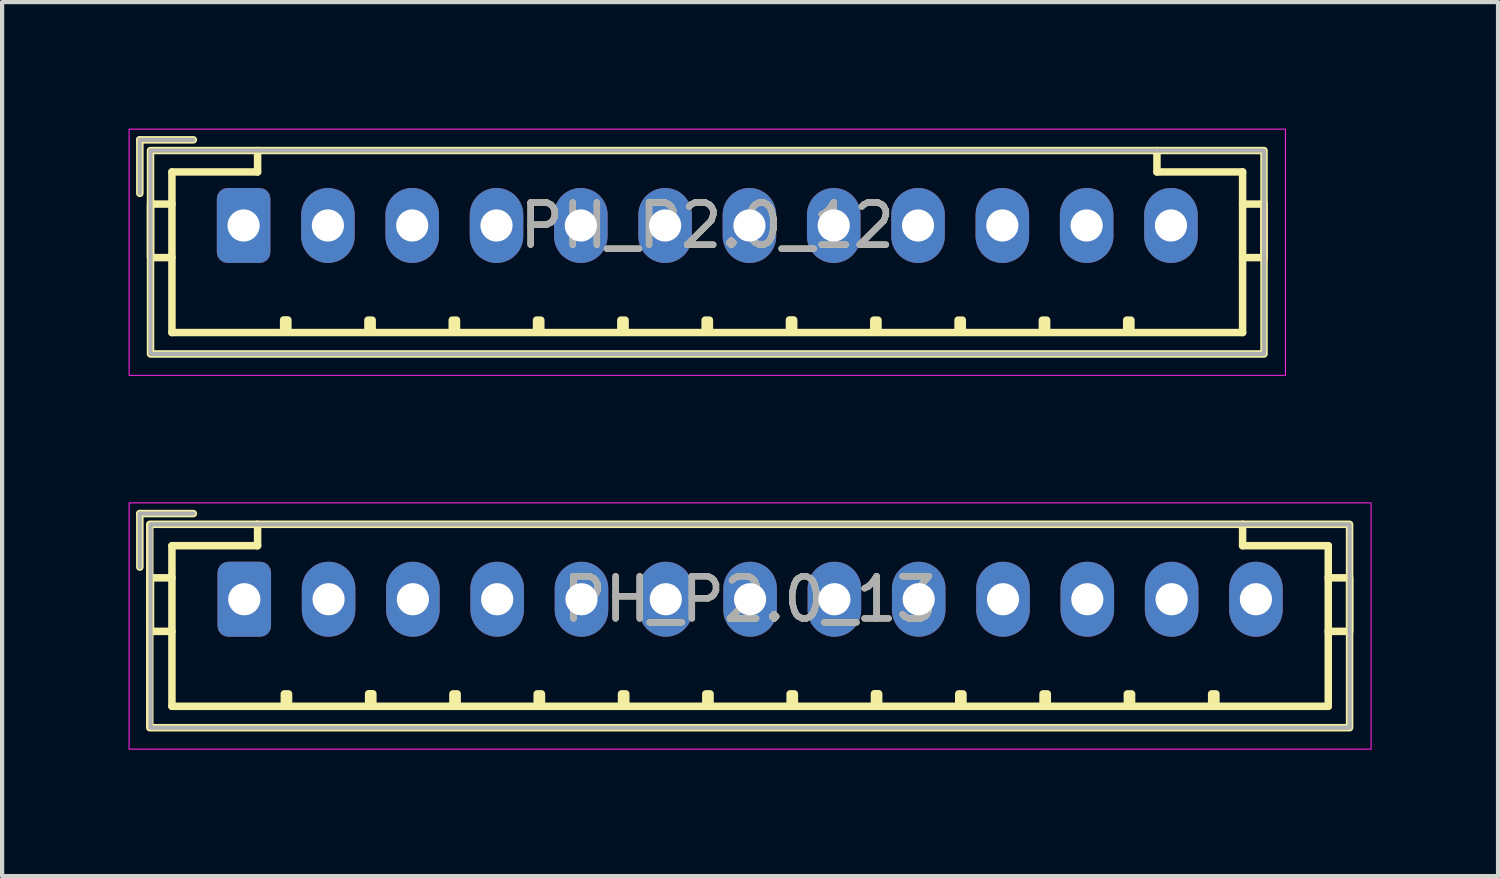
<source format=kicad_pcb>
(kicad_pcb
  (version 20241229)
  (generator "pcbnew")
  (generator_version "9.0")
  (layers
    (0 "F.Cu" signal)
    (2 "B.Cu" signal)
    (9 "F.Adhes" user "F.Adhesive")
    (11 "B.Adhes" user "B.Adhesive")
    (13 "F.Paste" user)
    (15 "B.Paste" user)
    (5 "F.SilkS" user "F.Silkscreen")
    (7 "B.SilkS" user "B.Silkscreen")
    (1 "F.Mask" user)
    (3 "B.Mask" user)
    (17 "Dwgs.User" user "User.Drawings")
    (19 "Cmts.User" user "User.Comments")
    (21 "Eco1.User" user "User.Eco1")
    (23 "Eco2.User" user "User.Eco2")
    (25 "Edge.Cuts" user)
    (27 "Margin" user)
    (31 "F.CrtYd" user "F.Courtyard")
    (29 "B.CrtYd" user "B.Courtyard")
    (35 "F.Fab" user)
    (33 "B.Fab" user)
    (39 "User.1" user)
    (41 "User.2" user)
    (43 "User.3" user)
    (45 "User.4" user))
  (footprint "PH_P2.0_12"
    (layer "F.Cu")
    (at 13.729 2.299)
    (property "Reference" "PH_P2.0_12" (at 0 0 0) (layer "F.SilkS") (effects (font (size 1 1) (thickness 0.15))))
    (fp_line (start -13.462 -2.032) (end -13.462 -0.762) (stroke (width 0.178) (type solid)) (layer "F.SilkS"))
    (fp_line (start -13.462 -2.032) (end -12.192 -2.032) (stroke (width 0.178) (type solid)) (layer "F.SilkS"))
    (fp_line (start -12.7 -1.27) (end -12.7 -0.508) (stroke (width 0.178) (type solid)) (layer "F.SilkS"))
    (fp_line (start -12.7 0.762) (end -12.7 2.54) (stroke (width 0.178) (type solid)) (layer "F.SilkS"))
    (fp_line (start -10.668 -1.778) (end -10.668 -1.27) (stroke (width 0.178) (type solid)) (layer "F.SilkS"))
    (fp_line (start -10.668 -1.27) (end -12.7 -1.27) (stroke (width 0.178) (type solid)) (layer "F.SilkS"))
    (fp_line (start 10.668 -1.778) (end 10.668 -1.27) (stroke (width 0.178) (type solid)) (layer "F.SilkS"))
    (fp_line (start 10.668 -1.27) (end 12.7 -1.27) (stroke (width 0.178) (type solid)) (layer "F.SilkS"))
    (fp_line (start 12.7 -1.27) (end 12.7 -0.508) (stroke (width 0.178) (type solid)) (layer "F.SilkS"))
    (fp_line (start 12.7 0.762) (end 12.7 2.54) (stroke (width 0.178) (type solid)) (layer "F.SilkS"))
    (fp_line (start 12.7 2.54) (end -12.7 2.54) (stroke (width 0.178) (type solid)) (layer "F.SilkS"))
    (fp_rect (start -13.208 -1.778) (end 13.208 3.048) (stroke (width 0.178) (type solid)) (fill no) (layer "F.SilkS"))
    (fp_rect (start -13.208 -0.508) (end -12.7 0.762) (stroke (width 0.178) (type solid)) (fill no) (layer "F.SilkS"))
    (fp_rect (start -10.05 2.242) (end -9.95 2.496) (stroke (width 0.178) (type solid)) (fill no) (layer "F.SilkS"))
    (fp_rect (start -8.05 2.246) (end -7.95 2.5) (stroke (width 0.178) (type solid)) (fill no) (layer "F.SilkS"))
    (fp_rect (start -6.05 2.246) (end -5.95 2.5) (stroke (width 0.178) (type solid)) (fill no) (layer "F.SilkS"))
    (fp_rect (start -4.05 2.246) (end -3.95 2.5) (stroke (width 0.178) (type solid)) (fill no) (layer "F.SilkS"))
    (fp_rect (start -2.05 2.246) (end -1.95 2.5) (stroke (width 0.178) (type solid)) (fill no) (layer "F.SilkS"))
    (fp_rect (start -0.05 2.246) (end 0.05 2.5) (stroke (width 0.178) (type solid)) (fill no) (layer "F.SilkS"))
    (fp_rect (start 1.95 2.242) (end 2.05 2.496) (stroke (width 0.178) (type solid)) (fill no) (layer "F.SilkS"))
    (fp_rect (start 3.95 2.246) (end 4.05 2.5) (stroke (width 0.178) (type solid)) (fill no) (layer "F.SilkS"))
    (fp_rect (start 5.95 2.246) (end 6.05 2.5) (stroke (width 0.178) (type solid)) (fill no) (layer "F.SilkS"))
    (fp_rect (start 7.95 2.246) (end 8.05 2.5) (stroke (width 0.178) (type solid)) (fill no) (layer "F.SilkS"))
    (fp_rect (start 9.95 2.246) (end 10.05 2.5) (stroke (width 0.178) (type solid)) (fill no) (layer "F.SilkS"))
    (fp_rect (start 12.7 -0.508) (end 13.208 0.762) (stroke (width 0.178) (type solid)) (fill no) (layer "F.SilkS"))
    (fp_rect (start -13.716 -2.286) (end 13.716 3.556) (stroke (width 0.025) (type solid)) (fill no) (layer "F.CrtYd"))
    (fp_line (start -13.462 -2.032) (end -13.462 -0.762) (stroke (width 0.1) (type solid)) (layer "F.Fab"))
    (fp_line (start -12.192 -2.032) (end -13.462 -2.032) (stroke (width 0.1) (type solid)) (layer "F.Fab"))
    (fp_rect (start -13.208 -1.778) (end 13.208 3.048) (stroke (width 0.1) (type solid)) (fill no) (layer "F.Fab"))
    (fp_text user "${REFERENCE}" (at 0 0 0) (layer "F.Fab") (effects (font (size 1 1) (thickness 0.15))))
    (pad "1" thru_hole roundrect (at -11 0) (size 1.27 1.778) (drill 0.762) (layers "*.Cu" "*.Mask") (roundrect_rratio 0.2))
    (pad "2" thru_hole oval (at -9 0) (size 1.27 1.778) (drill 0.762) (layers "*.Cu" "*.Mask"))
    (pad "3" thru_hole oval (at -7 0) (size 1.27 1.778) (drill 0.762) (layers "*.Cu" "*.Mask"))
    (pad "4" thru_hole oval (at -5 0) (size 1.27 1.778) (drill 0.762) (layers "*.Cu" "*.Mask"))
    (pad "5" thru_hole oval (at -3 0) (size 1.27 1.778) (drill 0.762) (layers "*.Cu" "*.Mask"))
    (pad "6" thru_hole oval (at -1 0) (size 1.27 1.778) (drill 0.762) (layers "*.Cu" "*.Mask"))
    (pad "7" thru_hole oval (at 1 0) (size 1.27 1.778) (drill 0.762) (layers "*.Cu" "*.Mask"))
    (pad "8" thru_hole oval (at 3 0) (size 1.27 1.778) (drill 0.762) (layers "*.Cu" "*.Mask"))
    (pad "9" thru_hole oval (at 5 0) (size 1.27 1.778) (drill 0.762) (layers "*.Cu" "*.Mask"))
    (pad "10" thru_hole oval (at 7 0) (size 1.27 1.778) (drill 0.762) (layers "*.Cu" "*.Mask"))
    (pad "11" thru_hole oval (at 9 0) (size 1.27 1.778) (drill 0.762) (layers "*.Cu" "*.Mask"))
    (pad "12" thru_hole oval (at 11 0) (size 1.27 1.778) (drill 0.762) (layers "*.Cu" "*.Mask")))
  (footprint "PH_P2.0_13"
    (layer "F.Cu")
    (at 14.745 11.166)
    (property "Reference" "PH_P2.0_13" (at 0 0 0) (layer "F.SilkS") (effects (font (size 1 1) (thickness 0.15))))
    (fp_line (start -14.478 -2.032) (end -14.478 -0.762) (stroke (width 0.178) (type solid)) (layer "F.SilkS"))
    (fp_line (start -14.478 -2.032) (end -13.208 -2.032) (stroke (width 0.178) (type solid)) (layer "F.SilkS"))
    (fp_line (start -13.716 -1.27) (end -13.716 -0.508) (stroke (width 0.178) (type solid)) (layer "F.SilkS"))
    (fp_line (start -13.716 0.762) (end -13.716 2.54) (stroke (width 0.178) (type solid)) (layer "F.SilkS"))
    (fp_line (start -11.684 -1.778) (end -11.684 -1.27) (stroke (width 0.178) (type solid)) (layer "F.SilkS"))
    (fp_line (start -11.684 -1.27) (end -13.716 -1.27) (stroke (width 0.178) (type solid)) (layer "F.SilkS"))
    (fp_line (start 11.684 -1.778) (end 11.684 -1.27) (stroke (width 0.178) (type solid)) (layer "F.SilkS"))
    (fp_line (start 11.684 -1.27) (end 13.716 -1.27) (stroke (width 0.178) (type solid)) (layer "F.SilkS"))
    (fp_line (start 13.716 -1.27) (end 13.716 -0.508) (stroke (width 0.178) (type solid)) (layer "F.SilkS"))
    (fp_line (start 13.716 0.762) (end 13.716 2.54) (stroke (width 0.178) (type solid)) (layer "F.SilkS"))
    (fp_line (start 13.716 2.54) (end -13.716 2.54) (stroke (width 0.178) (type solid)) (layer "F.SilkS"))
    (fp_rect (start -14.242 -1.778) (end 14.222 3.048) (stroke (width 0.178) (type solid)) (fill no) (layer "F.SilkS"))
    (fp_rect (start -14.224 -0.508) (end -13.716 0.762) (stroke (width 0.178) (type solid)) (fill no) (layer "F.SilkS"))
    (fp_rect (start -11.05 2.246) (end -10.95 2.5) (stroke (width 0.178) (type solid)) (fill no) (layer "F.SilkS"))
    (fp_rect (start -9.05 2.242) (end -8.95 2.496) (stroke (width 0.178) (type solid)) (fill no) (layer "F.SilkS"))
    (fp_rect (start -7.05 2.246) (end -6.95 2.5) (stroke (width 0.178) (type solid)) (fill no) (layer "F.SilkS"))
    (fp_rect (start -5.05 2.246) (end -4.95 2.5) (stroke (width 0.178) (type solid)) (fill no) (layer "F.SilkS"))
    (fp_rect (start -3.05 2.246) (end -2.95 2.5) (stroke (width 0.178) (type solid)) (fill no) (layer "F.SilkS"))
    (fp_rect (start -1.05 2.246) (end -0.95 2.5) (stroke (width 0.178) (type solid)) (fill no) (layer "F.SilkS"))
    (fp_rect (start 0.95 2.246) (end 1.05 2.5) (stroke (width 0.178) (type solid)) (fill no) (layer "F.SilkS"))
    (fp_rect (start 2.95 2.242) (end 3.05 2.496) (stroke (width 0.178) (type solid)) (fill no) (layer "F.SilkS"))
    (fp_rect (start 4.95 2.246) (end 5.05 2.5) (stroke (width 0.178) (type solid)) (fill no) (layer "F.SilkS"))
    (fp_rect (start 6.95 2.246) (end 7.05 2.5) (stroke (width 0.178) (type solid)) (fill no) (layer "F.SilkS"))
    (fp_rect (start 8.95 2.246) (end 9.05 2.5) (stroke (width 0.178) (type solid)) (fill no) (layer "F.SilkS"))
    (fp_rect (start 10.95 2.246) (end 11.05 2.5) (stroke (width 0.178) (type solid)) (fill no) (layer "F.SilkS"))
    (fp_rect (start 13.716 -0.508) (end 14.224 0.762) (stroke (width 0.178) (type solid)) (fill no) (layer "F.SilkS"))
    (fp_rect (start -14.732 -2.286) (end 14.732 3.556) (stroke (width 0.025) (type solid)) (fill no) (layer "F.CrtYd"))
    (fp_line (start -14.478 -2.032) (end -14.478 -0.762) (stroke (width 0.1) (type solid)) (layer "F.Fab"))
    (fp_line (start -13.208 -2.032) (end -14.478 -2.032) (stroke (width 0.1) (type solid)) (layer "F.Fab"))
    (fp_rect (start -14.224 -1.778) (end 14.224 3.048) (stroke (width 0.1) (type solid)) (fill no) (layer "F.Fab"))
    (fp_text user "${REFERENCE}" (at 0 0 0) (layer "F.Fab") (effects (font (size 1 1) (thickness 0.15))))
    (pad "1" thru_hole roundrect (at -12 0) (size 1.27 1.778) (drill 0.762) (layers "*.Cu" "*.Mask") (roundrect_rratio 0.2))
    (pad "2" thru_hole oval (at -10 0) (size 1.27 1.778) (drill 0.762) (layers "*.Cu" "*.Mask"))
    (pad "3" thru_hole oval (at -8 0) (size 1.27 1.778) (drill 0.762) (layers "*.Cu" "*.Mask"))
    (pad "4" thru_hole oval (at -6 0) (size 1.27 1.778) (drill 0.762) (layers "*.Cu" "*.Mask"))
    (pad "5" thru_hole oval (at -4 0) (size 1.27 1.778) (drill 0.762) (layers "*.Cu" "*.Mask"))
    (pad "6" thru_hole oval (at -2 0) (size 1.27 1.778) (drill 0.762) (layers "*.Cu" "*.Mask"))
    (pad "7" thru_hole oval (at 0 0) (size 1.27 1.778) (drill 0.762) (layers "*.Cu" "*.Mask"))
    (pad "8" thru_hole oval (at 2 0) (size 1.27 1.778) (drill 0.762) (layers "*.Cu" "*.Mask"))
    (pad "9" thru_hole oval (at 4 0) (size 1.27 1.778) (drill 0.762) (layers "*.Cu" "*.Mask"))
    (pad "10" thru_hole oval (at 6 0) (size 1.27 1.778) (drill 0.762) (layers "*.Cu" "*.Mask"))
    (pad "11" thru_hole oval (at 8 0) (size 1.27 1.778) (drill 0.762) (layers "*.Cu" "*.Mask"))
    (pad "12" thru_hole oval (at 10 0) (size 1.27 1.778) (drill 0.762) (layers "*.Cu" "*.Mask"))
    (pad "13" thru_hole oval (at 12 0) (size 1.27 1.778) (drill 0.762) (layers "*.Cu" "*.Mask")))
  (gr_rect
    (start -3 -3)
    (end 32.489 17.735)
    (stroke (width 0.1) (type default))
    (fill no)
    (layer "Edge.Cuts")))
</source>
